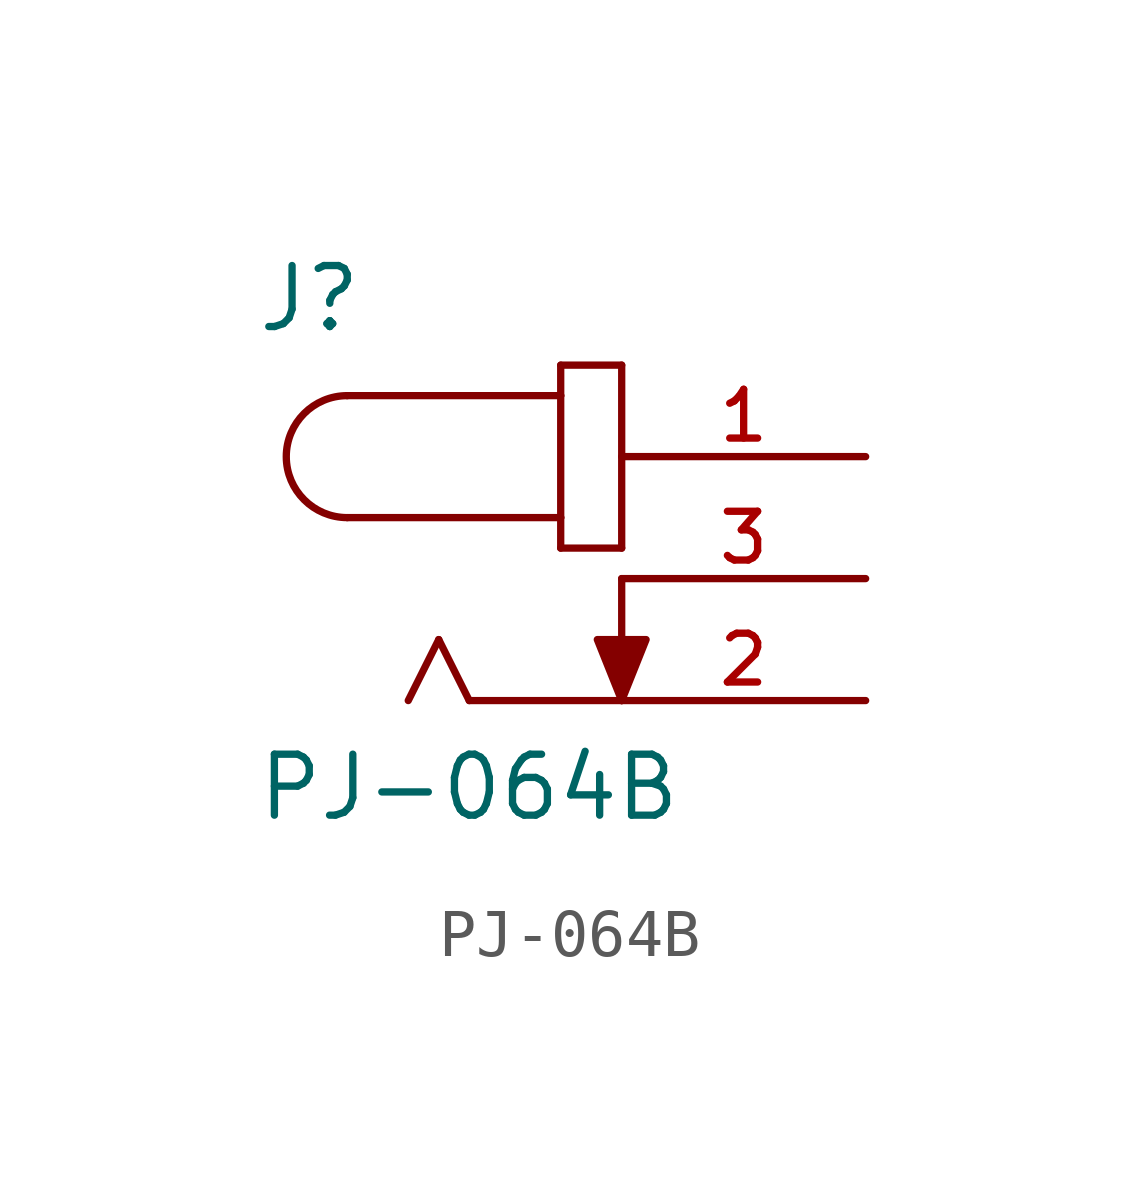
<source format=kicad_sym>
(kicad_symbol_lib
  (version 20211014)
  (generator kicad_symbol_editor)
  (symbol "PJ-064B"
    (pin_names
      (offset 1.016))
    (property "Reference" "J"
      (at -7.63 5.086 0)
      (effects (font (size 1.27 1.27)) (justify bottom left)))
    (property "Value" "PJ-064B"
      (at -7.635 -5.09 0)
      (effects (font (size 1.27 1.27)) (justify bottom left)))
    (symbol "PJ-064B_0_0"
      (arc (start -5.715 3.81) (mid -6.985 2.54) (end -5.715 1.27) (stroke (width 0.1524) (type default) (color 0 0 0 0)) (fill (type none)))
      (polyline (pts (xy -5.715 3.81) (xy -1.27 3.81)) (stroke (width 0.152)))
      (polyline (pts (xy -1.27 3.81) (xy -1.27 1.27)) (stroke (width 0.152)))
      (polyline (pts (xy -1.27 1.27) (xy -5.715 1.27)) (stroke (width 0.152)))
      (polyline (pts (xy -1.27 1.27) (xy -1.27 0.635)) (stroke (width 0.152)))
      (polyline (pts (xy -1.27 0.635) (xy 0.0 0.635)) (stroke (width 0.152)))
      (polyline (pts (xy 0.0 0.635) (xy 0.0 4.445)) (stroke (width 0.152)))
      (polyline (pts (xy 0.0 4.445) (xy -1.27 4.445)) (stroke (width 0.152)))
      (polyline (pts (xy -1.27 4.445) (xy -1.27 3.81)) (stroke (width 0.152)))
      (polyline (pts (xy 0.0 -2.54) (xy -3.175 -2.54)) (stroke (width 0.152)))
      (polyline (pts (xy -3.175 -2.54) (xy -3.81 -1.27)) (stroke (width 0.152)))
      (polyline (pts (xy -3.81 -1.27) (xy -4.445 -2.54)) (stroke (width 0.152)))
      (polyline (pts (xy 0.0 0.0) (xy 0.0 -2.54)) (stroke (width 0.152)))
      (polyline (pts (xy 0.0 -2.54) (xy -0.508 -1.27) (xy 0.508 -1.27) (xy 0.0 -2.54)) (stroke (width 0.152)) (fill (type outline)))
      (pin passive line (at 5.08 2.54 180.0) (length 5.08) (name "~" (effects (font (size 1.016 1.016)))) (number "1" (effects (font (size 1.016 1.016)))))
      (pin passive line (at 5.08 0.0 180.0) (length 5.08) (name "~" (effects (font (size 1.016 1.016)))) (number "3" (effects (font (size 1.016 1.016)))))
      (pin passive line (at 5.08 -2.54 180.0) (length 5.08) (name "~" (effects (font (size 1.016 1.016)))) (number "2" (effects (font (size 1.016 1.016))))))))
</source>
